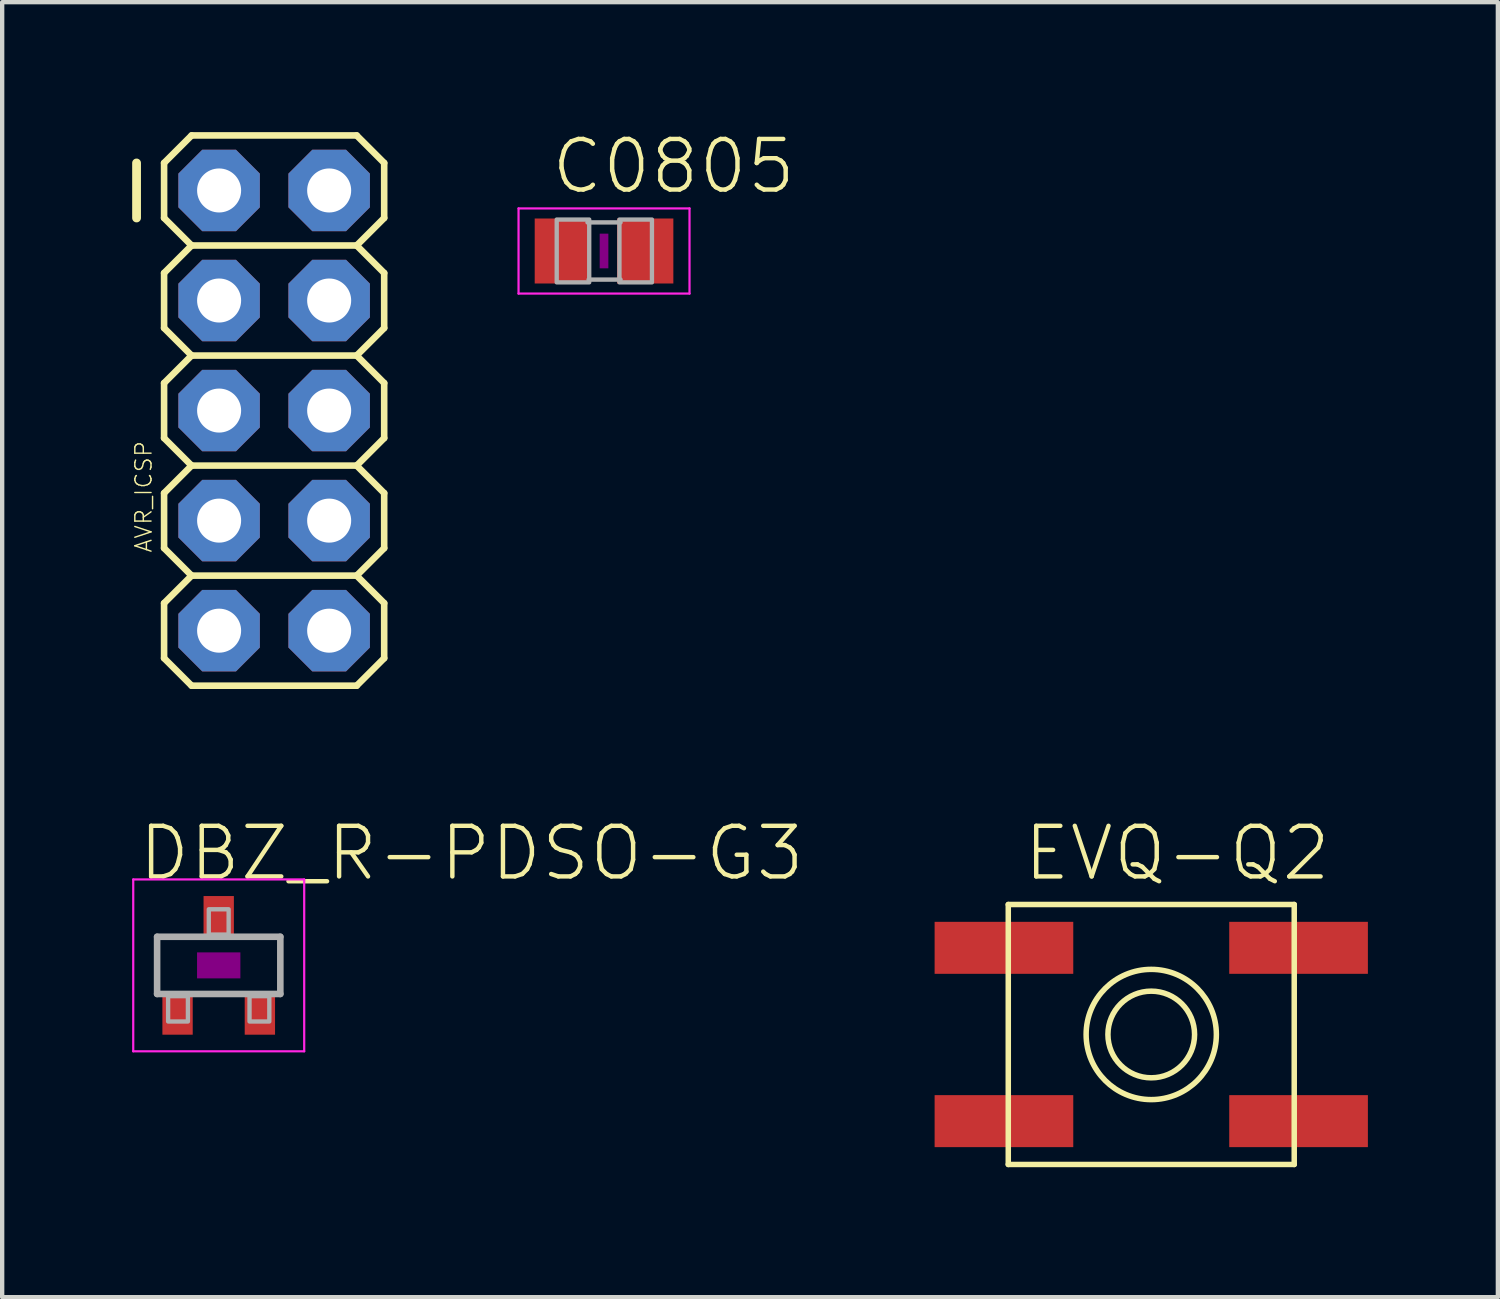
<source format=kicad_pcb>
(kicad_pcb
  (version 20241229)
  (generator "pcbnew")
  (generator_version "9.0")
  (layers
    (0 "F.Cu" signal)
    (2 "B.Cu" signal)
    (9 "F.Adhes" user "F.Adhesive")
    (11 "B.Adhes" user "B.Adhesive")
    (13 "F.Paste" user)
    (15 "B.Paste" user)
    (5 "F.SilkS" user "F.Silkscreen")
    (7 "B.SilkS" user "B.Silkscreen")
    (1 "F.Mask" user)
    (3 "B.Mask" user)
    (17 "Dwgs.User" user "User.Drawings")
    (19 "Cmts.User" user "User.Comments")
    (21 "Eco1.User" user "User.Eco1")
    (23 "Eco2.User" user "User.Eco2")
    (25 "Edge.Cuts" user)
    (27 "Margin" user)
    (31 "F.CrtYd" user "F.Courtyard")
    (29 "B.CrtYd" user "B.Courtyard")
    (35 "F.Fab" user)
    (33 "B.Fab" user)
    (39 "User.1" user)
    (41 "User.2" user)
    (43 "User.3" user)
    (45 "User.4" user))
  (footprint "AVR_ICSP"
    (layer "F.Cu")
    (at 3.277 6.426)
    (property "Reference" "AVR_ICSP" (at -2.794 3.302 90) (layer "F.SilkS") (effects (font (size 0.374 0.374) (thickness 0.033)) (justify left bottom)))
    (fp_line (start -3.175 -5.715) (end -3.175 -4.445) (stroke (width 0.203) (type solid)) (layer "F.SilkS"))
    (fp_line (start -2.54 -5.715) (end -2.54 -4.445) (stroke (width 0.152) (type solid)) (layer "F.SilkS"))
    (fp_line (start -2.54 -4.445) (end -1.905 -3.81) (stroke (width 0.152) (type solid)) (layer "F.SilkS"))
    (fp_line (start -2.54 -3.175) (end -2.54 -1.905) (stroke (width 0.152) (type solid)) (layer "F.SilkS"))
    (fp_line (start -2.54 -1.905) (end -1.905 -1.27) (stroke (width 0.152) (type solid)) (layer "F.SilkS"))
    (fp_line (start -2.54 -0.635) (end -2.54 0.635) (stroke (width 0.152) (type solid)) (layer "F.SilkS"))
    (fp_line (start -2.54 0.635) (end -1.905 1.27) (stroke (width 0.152) (type solid)) (layer "F.SilkS"))
    (fp_line (start -2.54 1.905) (end -2.54 3.175) (stroke (width 0.152) (type solid)) (layer "F.SilkS"))
    (fp_line (start -2.54 3.175) (end -1.905 3.81) (stroke (width 0.152) (type solid)) (layer "F.SilkS"))
    (fp_line (start -2.54 4.445) (end -2.54 5.715) (stroke (width 0.152) (type solid)) (layer "F.SilkS"))
    (fp_line (start -2.54 5.715) (end -1.905 6.35) (stroke (width 0.152) (type solid)) (layer "F.SilkS"))
    (fp_line (start -1.905 -6.35) (end -2.54 -5.715) (stroke (width 0.152) (type solid)) (layer "F.SilkS"))
    (fp_line (start -1.905 -6.35) (end 1.905 -6.35) (stroke (width 0.152) (type solid)) (layer "F.SilkS"))
    (fp_line (start -1.905 -3.81) (end -2.54 -3.175) (stroke (width 0.152) (type solid)) (layer "F.SilkS"))
    (fp_line (start -1.905 -1.27) (end -2.54 -0.635) (stroke (width 0.152) (type solid)) (layer "F.SilkS"))
    (fp_line (start -1.905 1.27) (end -2.54 1.905) (stroke (width 0.152) (type solid)) (layer "F.SilkS"))
    (fp_line (start -1.905 3.81) (end -2.54 4.445) (stroke (width 0.152) (type solid)) (layer "F.SilkS"))
    (fp_line (start 1.905 -6.35) (end 2.54 -5.715) (stroke (width 0.152) (type solid)) (layer "F.SilkS"))
    (fp_line (start 1.905 -3.81) (end -1.905 -3.81) (stroke (width 0.152) (type solid)) (layer "F.SilkS"))
    (fp_line (start 1.905 -3.81) (end 2.54 -3.175) (stroke (width 0.152) (type solid)) (layer "F.SilkS"))
    (fp_line (start 1.905 -1.27) (end -1.905 -1.27) (stroke (width 0.152) (type solid)) (layer "F.SilkS"))
    (fp_line (start 1.905 -1.27) (end 2.54 -0.635) (stroke (width 0.152) (type solid)) (layer "F.SilkS"))
    (fp_line (start 1.905 1.27) (end -1.905 1.27) (stroke (width 0.152) (type solid)) (layer "F.SilkS"))
    (fp_line (start 1.905 1.27) (end 2.54 1.905) (stroke (width 0.152) (type solid)) (layer "F.SilkS"))
    (fp_line (start 1.905 3.81) (end -1.905 3.81) (stroke (width 0.152) (type solid)) (layer "F.SilkS"))
    (fp_line (start 1.905 3.81) (end 2.54 4.445) (stroke (width 0.152) (type solid)) (layer "F.SilkS"))
    (fp_line (start 1.905 6.35) (end -1.905 6.35) (stroke (width 0.152) (type solid)) (layer "F.SilkS"))
    (fp_line (start 2.54 -5.715) (end 2.54 -4.445) (stroke (width 0.152) (type solid)) (layer "F.SilkS"))
    (fp_line (start 2.54 -4.445) (end 1.905 -3.81) (stroke (width 0.152) (type solid)) (layer "F.SilkS"))
    (fp_line (start 2.54 -3.175) (end 2.54 -1.905) (stroke (width 0.152) (type solid)) (layer "F.SilkS"))
    (fp_line (start 2.54 -1.905) (end 1.905 -1.27) (stroke (width 0.152) (type solid)) (layer "F.SilkS"))
    (fp_line (start 2.54 -0.635) (end 2.54 0.635) (stroke (width 0.152) (type solid)) (layer "F.SilkS"))
    (fp_line (start 2.54 0.635) (end 1.905 1.27) (stroke (width 0.152) (type solid)) (layer "F.SilkS"))
    (fp_line (start 2.54 1.905) (end 2.54 3.175) (stroke (width 0.152) (type solid)) (layer "F.SilkS"))
    (fp_line (start 2.54 3.175) (end 1.905 3.81) (stroke (width 0.152) (type solid)) (layer "F.SilkS"))
    (fp_line (start 2.54 4.445) (end 2.54 5.715) (stroke (width 0.152) (type solid)) (layer "F.SilkS"))
    (fp_line (start 2.54 5.715) (end 1.905 6.35) (stroke (width 0.152) (type solid)) (layer "F.SilkS"))
    (fp_poly (pts (xy -1.524 0.254) (xy -1.016 0.254) (xy -1.016 -0.254) (xy -1.524 -0.254)) (stroke (width 0) (type solid)) (fill yes) (layer "F.SilkS"))
    (fp_poly (pts (xy -1.524 -4.826) (xy -1.016 -4.826) (xy -1.016 -5.334) (xy -1.524 -5.334)) (stroke (width 0.1) (type solid)) (fill no) (layer "F.Fab"))
    (fp_poly (pts (xy -1.524 -2.286) (xy -1.016 -2.286) (xy -1.016 -2.794) (xy -1.524 -2.794)) (stroke (width 0.1) (type solid)) (fill no) (layer "F.Fab"))
    (fp_poly (pts (xy -1.524 2.794) (xy -1.016 2.794) (xy -1.016 2.286) (xy -1.524 2.286)) (stroke (width 0.1) (type solid)) (fill no) (layer "F.Fab"))
    (fp_poly (pts (xy -1.524 5.334) (xy -1.016 5.334) (xy -1.016 4.826) (xy -1.524 4.826)) (stroke (width 0.1) (type solid)) (fill no) (layer "F.Fab"))
    (fp_poly (pts (xy 1.016 -4.826) (xy 1.524 -4.826) (xy 1.524 -5.334) (xy 1.016 -5.334)) (stroke (width 0.1) (type solid)) (fill no) (layer "F.Fab"))
    (fp_poly (pts (xy 1.016 -2.286) (xy 1.524 -2.286) (xy 1.524 -2.794) (xy 1.016 -2.794)) (stroke (width 0.1) (type solid)) (fill no) (layer "F.Fab"))
    (fp_poly (pts (xy 1.016 0.254) (xy 1.524 0.254) (xy 1.524 -0.254) (xy 1.016 -0.254)) (stroke (width 0.1) (type solid)) (fill no) (layer "F.Fab"))
    (fp_poly (pts (xy 1.016 2.794) (xy 1.524 2.794) (xy 1.524 2.286) (xy 1.016 2.286)) (stroke (width 0.1) (type solid)) (fill no) (layer "F.Fab"))
    (fp_poly (pts (xy 1.016 5.334) (xy 1.524 5.334) (xy 1.524 4.826) (xy 1.016 4.826)) (stroke (width 0.1) (type solid)) (fill no) (layer "F.Fab"))
    (pad "1" thru_hole roundrect (at -1.27 -5.08 270) (size 1.88 1.88) (drill 1.016) (layers "*.Cu" "*.Mask") (roundrect_rratio 0.25) (chamfer_ratio 0.293) (chamfer top_left top_right bottom_left bottom_right))
    (pad "2" thru_hole roundrect (at 1.27 -5.08 270) (size 1.88 1.88) (drill 1.016) (layers "*.Cu" "*.Mask") (roundrect_rratio 0.25) (chamfer_ratio 0.293) (chamfer top_left top_right bottom_left bottom_right))
    (pad "3" thru_hole roundrect (at -1.27 -2.54 270) (size 1.88 1.88) (drill 1.016) (layers "*.Cu" "*.Mask") (roundrect_rratio 0.25) (chamfer_ratio 0.293) (chamfer top_left top_right bottom_left bottom_right))
    (pad "4" thru_hole roundrect (at 1.27 -2.54 270) (size 1.88 1.88) (drill 1.016) (layers "*.Cu" "*.Mask") (roundrect_rratio 0.25) (chamfer_ratio 0.293) (chamfer top_left top_right bottom_left bottom_right))
    (pad "5" thru_hole roundrect (at -1.27 0 270) (size 1.88 1.88) (drill 1.016) (layers "*.Cu" "*.Mask") (roundrect_rratio 0.25) (chamfer_ratio 0.293) (chamfer top_left top_right bottom_left bottom_right))
    (pad "6" thru_hole roundrect (at 1.27 0 270) (size 1.88 1.88) (drill 1.016) (layers "*.Cu" "*.Mask") (roundrect_rratio 0.25) (chamfer_ratio 0.293) (chamfer top_left top_right bottom_left bottom_right))
    (pad "7" thru_hole roundrect (at -1.27 2.54 270) (size 1.88 1.88) (drill 1.016) (layers "*.Cu" "*.Mask") (roundrect_rratio 0.25) (chamfer_ratio 0.293) (chamfer top_left top_right bottom_left bottom_right))
    (pad "8" thru_hole roundrect (at 1.27 2.54 270) (size 1.88 1.88) (drill 1.016) (layers "*.Cu" "*.Mask") (roundrect_rratio 0.25) (chamfer_ratio 0.293) (chamfer top_left top_right bottom_left bottom_right))
    (pad "9" thru_hole roundrect (at -1.27 5.08 270) (size 1.88 1.88) (drill 1.016) (layers "*.Cu" "*.Mask") (roundrect_rratio 0.25) (chamfer_ratio 0.293) (chamfer top_left top_right bottom_left bottom_right))
    (pad "10" thru_hole roundrect (at 1.27 5.08 270) (size 1.88 1.88) (drill 1.016) (layers "*.Cu" "*.Mask") (roundrect_rratio 0.25) (chamfer_ratio 0.293) (chamfer top_left top_right bottom_left bottom_right)))
  (footprint "EVQ-Q2"
    (layer "F.Cu")
    (at 23.521 20.826)
    (property "Reference" "EVQ-Q2" (at -3 -3.5 0) (layer "F.SilkS") (effects (font (size 1.168 1.168) (thickness 0.102)) (justify left bottom)))
    (fp_line (start -3.3 -3) (end 3.3 -3) (stroke (width 0.127) (type solid)) (layer "F.SilkS"))
    (fp_line (start -3.3 3) (end -3.3 -3) (stroke (width 0.127) (type solid)) (layer "F.SilkS"))
    (fp_line (start 3.3 -3) (end 3.3 3) (stroke (width 0.127) (type solid)) (layer "F.SilkS"))
    (fp_line (start 3.3 3) (end -3.3 3) (stroke (width 0.127) (type solid)) (layer "F.SilkS"))
    (fp_circle (center 0 0) (end 1 0) (stroke (width 0.127) (type solid)) (fill no) (layer "F.SilkS"))
    (fp_circle (center 0 0) (end 1.503 0) (stroke (width 0.127) (type solid)) (fill no) (layer "F.SilkS"))
    (pad "A" smd rect (at -3.4 2) (size 3.2 1.2) (layers "F.Cu" "F.Mask" "F.Paste"))
    (pad "A'" smd rect (at 3.4 2) (size 3.2 1.2) (layers "F.Cu" "F.Mask" "F.Paste"))
    (pad "B" smd rect (at -3.4 -2) (size 3.2 1.2) (layers "F.Cu" "F.Mask" "F.Paste"))
    (pad "B'" smd rect (at 3.4 -2) (size 3.2 1.2) (layers "F.Cu" "F.Mask" "F.Paste")))
  (footprint "C0805"
    (layer "F.Cu")
    (at 10.891 2.743)
    (property "Reference" "C0805" (at -1.27 -1.27 0) (layer "F.SilkS") (effects (font (size 1.168 1.168) (thickness 0.102)) (justify left bottom)))
    (fp_poly (pts (xy -0.1 0.4) (xy 0.1 0.4) (xy 0.1 -0.4) (xy -0.1 -0.4)) (stroke (width 0) (type solid)) (fill yes) (layer "F.Adhes"))
    (fp_line (start -1.973 -0.983) (end 1.973 -0.983) (stroke (width 0.051) (type solid)) (layer "F.CrtYd"))
    (fp_line (start -1.973 0.983) (end -1.973 -0.983) (stroke (width 0.051) (type solid)) (layer "F.CrtYd"))
    (fp_line (start 1.973 -0.983) (end 1.973 0.983) (stroke (width 0.051) (type solid)) (layer "F.CrtYd"))
    (fp_line (start 1.973 0.983) (end -1.973 0.983) (stroke (width 0.051) (type solid)) (layer "F.CrtYd"))
    (fp_line (start -0.381 -0.66) (end 0.381 -0.66) (stroke (width 0.102) (type solid)) (layer "F.Fab"))
    (fp_line (start -0.356 0.66) (end 0.381 0.66) (stroke (width 0.102) (type solid)) (layer "F.Fab"))
    (fp_poly (pts (xy -1.092 0.724) (xy -0.342 0.724) (xy -0.342 -0.726) (xy -1.092 -0.726)) (stroke (width 0.1) (type solid)) (fill no) (layer "F.Fab"))
    (fp_poly (pts (xy 0.356 0.724) (xy 1.106 0.724) (xy 1.106 -0.726) (xy 0.356 -0.726)) (stroke (width 0.1) (type solid)) (fill no) (layer "F.Fab"))
    (pad "1" smd rect (at -0.95 0) (size 1.3 1.5) (layers "F.Cu" "F.Mask" "F.Paste"))
    (pad "2" smd rect (at 0.95 0) (size 1.3 1.5) (layers "F.Cu" "F.Mask" "F.Paste")))
  (footprint "DBZ_R-PDSO-G3"
    (layer "F.Cu")
    (at 1.998 19.231)
    (property "Reference" "DBZ_R-PDSO-G3" (at -1.905 -1.905 0) (layer "F.SilkS") (effects (font (size 1.168 1.168) (thickness 0.102)) (justify left bottom)))
    (fp_poly (pts (xy -0.5 0.3) (xy 0.5 0.3) (xy 0.5 -0.3) (xy -0.5 -0.3)) (stroke (width 0) (type solid)) (fill yes) (layer "F.Adhes"))
    (fp_line (start -1.973 -1.983) (end 1.973 -1.983) (stroke (width 0.051) (type solid)) (layer "F.CrtYd"))
    (fp_line (start -1.973 1.983) (end -1.973 -1.983) (stroke (width 0.051) (type solid)) (layer "F.CrtYd"))
    (fp_line (start 1.973 -1.983) (end 1.973 1.983) (stroke (width 0.051) (type solid)) (layer "F.CrtYd"))
    (fp_line (start 1.973 1.983) (end -1.973 1.983) (stroke (width 0.051) (type solid)) (layer "F.CrtYd"))
    (fp_line (start -1.422 -0.66) (end 1.422 -0.66) (stroke (width 0.152) (type solid)) (layer "F.Fab"))
    (fp_line (start -1.422 0.66) (end -1.422 -0.66) (stroke (width 0.152) (type solid)) (layer "F.Fab"))
    (fp_line (start 1.422 -0.66) (end 1.422 0.66) (stroke (width 0.152) (type solid)) (layer "F.Fab"))
    (fp_line (start 1.422 0.66) (end -1.422 0.66) (stroke (width 0.152) (type solid)) (layer "F.Fab"))
    (fp_poly (pts (xy -1.168 1.295) (xy -0.711 1.295) (xy -0.711 0.711) (xy -1.168 0.711)) (stroke (width 0.1) (type solid)) (fill no) (layer "F.Fab"))
    (fp_poly (pts (xy -0.229 -0.711) (xy 0.229 -0.711) (xy 0.229 -1.295) (xy -0.229 -1.295)) (stroke (width 0.1) (type solid)) (fill no) (layer "F.Fab"))
    (fp_poly (pts (xy 0.711 1.295) (xy 1.168 1.295) (xy 1.168 0.711) (xy 0.711 0.711)) (stroke (width 0.1) (type solid)) (fill no) (layer "F.Fab"))
    (pad "1" smd rect (at -0.95 1.1) (size 0.7 1) (layers "F.Cu" "F.Mask" "F.Paste"))
    (pad "2" smd rect (at 0.95 1.1) (size 0.7 1) (layers "F.Cu" "F.Mask" "F.Paste"))
    (pad "3" smd rect (at 0 -1.1) (size 0.7 1) (layers "F.Cu" "F.Mask" "F.Paste")))
  (gr_rect
    (start -3 -3)
    (end 31.521 26.889)
    (stroke (width 0.1) (type default))
    (fill no)
    (layer "Edge.Cuts")))
</source>
